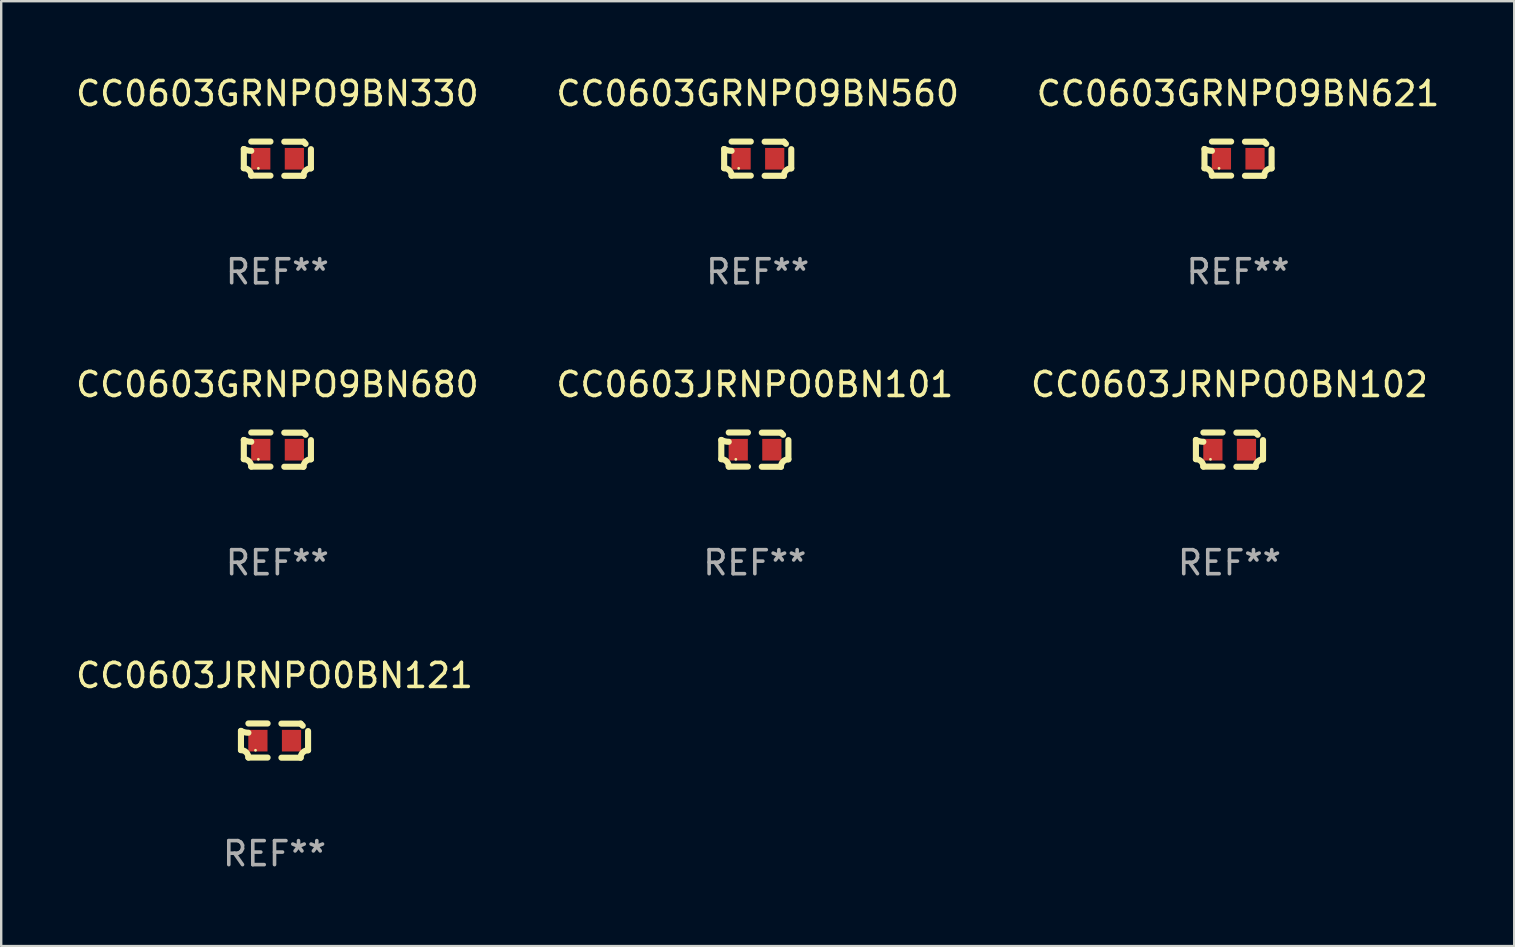
<source format=kicad_pcb>
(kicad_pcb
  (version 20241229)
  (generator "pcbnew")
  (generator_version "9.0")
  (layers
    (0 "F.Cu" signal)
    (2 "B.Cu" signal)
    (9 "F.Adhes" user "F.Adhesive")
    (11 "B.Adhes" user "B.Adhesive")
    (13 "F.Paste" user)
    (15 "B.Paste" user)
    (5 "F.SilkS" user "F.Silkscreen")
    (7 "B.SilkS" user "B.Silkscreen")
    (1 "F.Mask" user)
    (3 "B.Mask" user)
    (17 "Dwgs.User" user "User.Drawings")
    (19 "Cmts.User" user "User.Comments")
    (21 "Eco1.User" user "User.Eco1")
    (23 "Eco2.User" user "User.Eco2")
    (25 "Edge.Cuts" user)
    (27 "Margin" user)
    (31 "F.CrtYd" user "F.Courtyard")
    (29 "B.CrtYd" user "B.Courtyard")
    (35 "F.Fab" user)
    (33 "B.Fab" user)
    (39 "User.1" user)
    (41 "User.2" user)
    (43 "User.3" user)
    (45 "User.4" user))
  (footprint "CC0603GRNPO9BN680"
    (layer "F.Cu")
    (at 8.506 15.683)
    (property "Reference" "CC0603GRNPO9BN680" (at 0 -2.713 0) (layer "F.SilkS") (effects (font (size 1 1) (thickness 0.15))))
    (attr through_hole)
    (fp_line (start -1.398 -0.403) (end -1.398 0.397) (stroke (width 0.254) (type solid)) (layer "F.SilkS"))
    (fp_line (start -0.288 -0.713) (end -1.088 -0.713) (stroke (width 0.254) (type solid)) (layer "F.SilkS"))
    (fp_line (start -0.288 0.707) (end -1.088 0.707) (stroke (width 0.254) (type solid)) (layer "F.SilkS"))
    (fp_line (start 0.288 -0.707) (end 1.088 -0.707) (stroke (width 0.254) (type solid)) (layer "F.SilkS"))
    (fp_line (start 0.288 0.713) (end 1.088 0.713) (stroke (width 0.254) (type solid)) (layer "F.SilkS"))
    (fp_line (start 1.398 -0.397) (end 1.398 0.403) (stroke (width 0.254) (type solid)) (layer "F.SilkS"))
    (fp_arc (start -1.397789 0.397066) (mid -1.178701 0.487826) (end -1.08796 0.706922) (stroke (width 0.254001) (type solid)) (layer "F.SilkS"))
    (fp_arc (start -1.08796 -0.327176) (mid -1.247436 -0.346384) (end -1.39779 -0.402908) (stroke (width 0.254001) (type solid)) (layer "F.SilkS"))
    (fp_arc (start 1.087909 0.712738) (mid 1.178656 0.493655) (end 1.397739 0.402908) (stroke (width 0.254001) (type solid)) (layer "F.SilkS"))
    (fp_arc (start 1.175925 -0.618926) (mid 1.131917 -0.662923) (end 1.08791 -0.706922) (stroke (width 0.254001) (type solid)) (layer "F.SilkS"))
    (fp_circle (center -0.792 0.403) (end -0.762 0.403) (stroke (width 0.06) (type solid)) (fill no) (layer "F.SilkS"))
    (fp_text user "REF**" (at 0 4.713 0) (layer "F.Fab") (effects (font (size 1 1) (thickness 0.15))))
    (pad "1" smd rect (at -0.692 0.003) (size 0.8 0.9) (layers "F.Cu" "F.Mask" "F.Paste"))
    (pad "2" smd rect (at 0.708 0.003) (size 0.8 0.9) (layers "F.Cu" "F.Mask" "F.Paste")))
  (footprint "CC0603GRNPO9BN330"
    (layer "F.Cu")
    (at 8.506 3.561)
    (property "Reference" "CC0603GRNPO9BN330" (at 0 -2.713 0) (layer "F.SilkS") (effects (font (size 1 1) (thickness 0.15))))
    (attr through_hole)
    (fp_line (start -1.398 -0.403) (end -1.398 0.397) (stroke (width 0.254) (type solid)) (layer "F.SilkS"))
    (fp_line (start -0.288 -0.713) (end -1.088 -0.713) (stroke (width 0.254) (type solid)) (layer "F.SilkS"))
    (fp_line (start -0.288 0.707) (end -1.088 0.707) (stroke (width 0.254) (type solid)) (layer "F.SilkS"))
    (fp_line (start 0.288 -0.707) (end 1.088 -0.707) (stroke (width 0.254) (type solid)) (layer "F.SilkS"))
    (fp_line (start 0.288 0.713) (end 1.088 0.713) (stroke (width 0.254) (type solid)) (layer "F.SilkS"))
    (fp_line (start 1.398 -0.397) (end 1.398 0.403) (stroke (width 0.254) (type solid)) (layer "F.SilkS"))
    (fp_arc (start -1.397789 0.397066) (mid -1.178701 0.487826) (end -1.08796 0.706922) (stroke (width 0.254001) (type solid)) (layer "F.SilkS"))
    (fp_arc (start -1.08796 -0.327176) (mid -1.247436 -0.346384) (end -1.39779 -0.402908) (stroke (width 0.254001) (type solid)) (layer "F.SilkS"))
    (fp_arc (start 1.087909 0.712738) (mid 1.178656 0.493655) (end 1.397739 0.402908) (stroke (width 0.254001) (type solid)) (layer "F.SilkS"))
    (fp_arc (start 1.175925 -0.618926) (mid 1.131917 -0.662923) (end 1.08791 -0.706922) (stroke (width 0.254001) (type solid)) (layer "F.SilkS"))
    (fp_circle (center -0.792 0.403) (end -0.762 0.403) (stroke (width 0.06) (type solid)) (fill no) (layer "F.SilkS"))
    (fp_text user "REF**" (at 0 4.713 0) (layer "F.Fab") (effects (font (size 1 1) (thickness 0.15))))
    (pad "1" smd rect (at -0.692 0.003) (size 0.8 0.9) (layers "F.Cu" "F.Mask" "F.Paste"))
    (pad "2" smd rect (at 0.708 0.003) (size 0.8 0.9) (layers "F.Cu" "F.Mask" "F.Paste")))
  (footprint "CC0603GRNPO9BN560"
    (layer "F.Cu")
    (at 28.518 3.561)
    (property "Reference" "CC0603GRNPO9BN560" (at 0 -2.713 0) (layer "F.SilkS") (effects (font (size 1 1) (thickness 0.15))))
    (attr through_hole)
    (fp_line (start -1.398 -0.403) (end -1.398 0.397) (stroke (width 0.254) (type solid)) (layer "F.SilkS"))
    (fp_line (start -0.288 -0.713) (end -1.088 -0.713) (stroke (width 0.254) (type solid)) (layer "F.SilkS"))
    (fp_line (start -0.288 0.707) (end -1.088 0.707) (stroke (width 0.254) (type solid)) (layer "F.SilkS"))
    (fp_line (start 0.288 -0.707) (end 1.088 -0.707) (stroke (width 0.254) (type solid)) (layer "F.SilkS"))
    (fp_line (start 0.288 0.713) (end 1.088 0.713) (stroke (width 0.254) (type solid)) (layer "F.SilkS"))
    (fp_line (start 1.398 -0.397) (end 1.398 0.403) (stroke (width 0.254) (type solid)) (layer "F.SilkS"))
    (fp_arc (start -1.397789 0.397066) (mid -1.178701 0.487826) (end -1.08796 0.706922) (stroke (width 0.254001) (type solid)) (layer "F.SilkS"))
    (fp_arc (start -1.08796 -0.327176) (mid -1.247436 -0.346384) (end -1.39779 -0.402908) (stroke (width 0.254001) (type solid)) (layer "F.SilkS"))
    (fp_arc (start 1.087909 0.712738) (mid 1.178656 0.493655) (end 1.397739 0.402908) (stroke (width 0.254001) (type solid)) (layer "F.SilkS"))
    (fp_arc (start 1.175925 -0.618926) (mid 1.131917 -0.662923) (end 1.08791 -0.706922) (stroke (width 0.254001) (type solid)) (layer "F.SilkS"))
    (fp_circle (center -0.792 0.403) (end -0.762 0.403) (stroke (width 0.06) (type solid)) (fill no) (layer "F.SilkS"))
    (fp_text user "REF**" (at 0 4.713 0) (layer "F.Fab") (effects (font (size 1 1) (thickness 0.15))))
    (pad "1" smd rect (at -0.692 0.003) (size 0.8 0.9) (layers "F.Cu" "F.Mask" "F.Paste"))
    (pad "2" smd rect (at 0.708 0.003) (size 0.8 0.9) (layers "F.Cu" "F.Mask" "F.Paste")))
  (footprint "CC0603JRNPO0BN121"
    (layer "F.Cu")
    (at 8.387 27.805)
    (property "Reference" "CC0603JRNPO0BN121" (at 0 -2.713 0) (layer "F.SilkS") (effects (font (size 1 1) (thickness 0.15))))
    (attr through_hole)
    (fp_line (start -1.398 -0.403) (end -1.398 0.397) (stroke (width 0.254) (type solid)) (layer "F.SilkS"))
    (fp_line (start -0.288 -0.713) (end -1.088 -0.713) (stroke (width 0.254) (type solid)) (layer "F.SilkS"))
    (fp_line (start -0.288 0.707) (end -1.088 0.707) (stroke (width 0.254) (type solid)) (layer "F.SilkS"))
    (fp_line (start 0.288 -0.707) (end 1.088 -0.707) (stroke (width 0.254) (type solid)) (layer "F.SilkS"))
    (fp_line (start 0.288 0.713) (end 1.088 0.713) (stroke (width 0.254) (type solid)) (layer "F.SilkS"))
    (fp_line (start 1.398 -0.397) (end 1.398 0.403) (stroke (width 0.254) (type solid)) (layer "F.SilkS"))
    (fp_arc (start -1.397789 0.397066) (mid -1.178701 0.487826) (end -1.08796 0.706922) (stroke (width 0.254001) (type solid)) (layer "F.SilkS"))
    (fp_arc (start -1.08796 -0.327176) (mid -1.247436 -0.346384) (end -1.39779 -0.402908) (stroke (width 0.254001) (type solid)) (layer "F.SilkS"))
    (fp_arc (start 1.087909 0.712738) (mid 1.178656 0.493655) (end 1.397739 0.402908) (stroke (width 0.254001) (type solid)) (layer "F.SilkS"))
    (fp_arc (start 1.175925 -0.618926) (mid 1.131917 -0.662923) (end 1.08791 -0.706922) (stroke (width 0.254001) (type solid)) (layer "F.SilkS"))
    (fp_circle (center -0.792 0.403) (end -0.762 0.403) (stroke (width 0.06) (type solid)) (fill no) (layer "F.SilkS"))
    (fp_text user "REF**" (at 0 4.713 0) (layer "F.Fab") (effects (font (size 1 1) (thickness 0.15))))
    (pad "1" smd rect (at -0.692 0.003) (size 0.8 0.9) (layers "F.Cu" "F.Mask" "F.Paste"))
    (pad "2" smd rect (at 0.708 0.003) (size 0.8 0.9) (layers "F.Cu" "F.Mask" "F.Paste")))
  (footprint "CC0603JRNPO0BN101"
    (layer "F.Cu")
    (at 28.399 15.683)
    (property "Reference" "CC0603JRNPO0BN101" (at 0 -2.713 0) (layer "F.SilkS") (effects (font (size 1 1) (thickness 0.15))))
    (attr through_hole)
    (fp_line (start -1.398 -0.403) (end -1.398 0.397) (stroke (width 0.254) (type solid)) (layer "F.SilkS"))
    (fp_line (start -0.288 -0.713) (end -1.088 -0.713) (stroke (width 0.254) (type solid)) (layer "F.SilkS"))
    (fp_line (start -0.288 0.707) (end -1.088 0.707) (stroke (width 0.254) (type solid)) (layer "F.SilkS"))
    (fp_line (start 0.288 -0.707) (end 1.088 -0.707) (stroke (width 0.254) (type solid)) (layer "F.SilkS"))
    (fp_line (start 0.288 0.713) (end 1.088 0.713) (stroke (width 0.254) (type solid)) (layer "F.SilkS"))
    (fp_line (start 1.398 -0.397) (end 1.398 0.403) (stroke (width 0.254) (type solid)) (layer "F.SilkS"))
    (fp_arc (start -1.397789 0.397066) (mid -1.178701 0.487826) (end -1.08796 0.706922) (stroke (width 0.254001) (type solid)) (layer "F.SilkS"))
    (fp_arc (start -1.08796 -0.327176) (mid -1.247436 -0.346384) (end -1.39779 -0.402908) (stroke (width 0.254001) (type solid)) (layer "F.SilkS"))
    (fp_arc (start 1.087909 0.712738) (mid 1.178656 0.493655) (end 1.397739 0.402908) (stroke (width 0.254001) (type solid)) (layer "F.SilkS"))
    (fp_arc (start 1.175925 -0.618926) (mid 1.131917 -0.662923) (end 1.08791 -0.706922) (stroke (width 0.254001) (type solid)) (layer "F.SilkS"))
    (fp_circle (center -0.792 0.403) (end -0.762 0.403) (stroke (width 0.06) (type solid)) (fill no) (layer "F.SilkS"))
    (fp_text user "REF**" (at 0 4.713 0) (layer "F.Fab") (effects (font (size 1 1) (thickness 0.15))))
    (pad "1" smd rect (at -0.692 0.003) (size 0.8 0.9) (layers "F.Cu" "F.Mask" "F.Paste"))
    (pad "2" smd rect (at 0.708 0.003) (size 0.8 0.9) (layers "F.Cu" "F.Mask" "F.Paste")))
  (footprint "CC0603GRNPO9BN621"
    (layer "F.Cu")
    (at 48.53 3.561)
    (property "Reference" "CC0603GRNPO9BN621" (at 0 -2.713 0) (layer "F.SilkS") (effects (font (size 1 1) (thickness 0.15))))
    (attr through_hole)
    (fp_line (start -1.398 -0.403) (end -1.398 0.397) (stroke (width 0.254) (type solid)) (layer "F.SilkS"))
    (fp_line (start -0.288 -0.713) (end -1.088 -0.713) (stroke (width 0.254) (type solid)) (layer "F.SilkS"))
    (fp_line (start -0.288 0.707) (end -1.088 0.707) (stroke (width 0.254) (type solid)) (layer "F.SilkS"))
    (fp_line (start 0.288 -0.707) (end 1.088 -0.707) (stroke (width 0.254) (type solid)) (layer "F.SilkS"))
    (fp_line (start 0.288 0.713) (end 1.088 0.713) (stroke (width 0.254) (type solid)) (layer "F.SilkS"))
    (fp_line (start 1.398 -0.397) (end 1.398 0.403) (stroke (width 0.254) (type solid)) (layer "F.SilkS"))
    (fp_arc (start -1.397789 0.397066) (mid -1.178701 0.487826) (end -1.08796 0.706922) (stroke (width 0.254001) (type solid)) (layer "F.SilkS"))
    (fp_arc (start -1.08796 -0.327176) (mid -1.247436 -0.346384) (end -1.39779 -0.402908) (stroke (width 0.254001) (type solid)) (layer "F.SilkS"))
    (fp_arc (start 1.087909 0.712738) (mid 1.178656 0.493655) (end 1.397739 0.402908) (stroke (width 0.254001) (type solid)) (layer "F.SilkS"))
    (fp_arc (start 1.175925 -0.618926) (mid 1.131917 -0.662923) (end 1.08791 -0.706922) (stroke (width 0.254001) (type solid)) (layer "F.SilkS"))
    (fp_circle (center -0.792 0.403) (end -0.762 0.403) (stroke (width 0.06) (type solid)) (fill no) (layer "F.SilkS"))
    (fp_text user "REF**" (at 0 4.713 0) (layer "F.Fab") (effects (font (size 1 1) (thickness 0.15))))
    (pad "1" smd rect (at -0.692 0.003) (size 0.8 0.9) (layers "F.Cu" "F.Mask" "F.Paste"))
    (pad "2" smd rect (at 0.708 0.003) (size 0.8 0.9) (layers "F.Cu" "F.Mask" "F.Paste")))
  (footprint "CC0603JRNPO0BN102"
    (layer "F.Cu")
    (at 48.173 15.683)
    (property "Reference" "CC0603JRNPO0BN102" (at 0 -2.713 0) (layer "F.SilkS") (effects (font (size 1 1) (thickness 0.15))))
    (attr through_hole)
    (fp_line (start -1.398 -0.403) (end -1.398 0.397) (stroke (width 0.254) (type solid)) (layer "F.SilkS"))
    (fp_line (start -0.288 -0.713) (end -1.088 -0.713) (stroke (width 0.254) (type solid)) (layer "F.SilkS"))
    (fp_line (start -0.288 0.707) (end -1.088 0.707) (stroke (width 0.254) (type solid)) (layer "F.SilkS"))
    (fp_line (start 0.288 -0.707) (end 1.088 -0.707) (stroke (width 0.254) (type solid)) (layer "F.SilkS"))
    (fp_line (start 0.288 0.713) (end 1.088 0.713) (stroke (width 0.254) (type solid)) (layer "F.SilkS"))
    (fp_line (start 1.398 -0.397) (end 1.398 0.403) (stroke (width 0.254) (type solid)) (layer "F.SilkS"))
    (fp_arc (start -1.397789 0.397066) (mid -1.178701 0.487826) (end -1.08796 0.706922) (stroke (width 0.254001) (type solid)) (layer "F.SilkS"))
    (fp_arc (start -1.08796 -0.327176) (mid -1.247436 -0.346384) (end -1.39779 -0.402908) (stroke (width 0.254001) (type solid)) (layer "F.SilkS"))
    (fp_arc (start 1.087909 0.712738) (mid 1.178656 0.493655) (end 1.397739 0.402908) (stroke (width 0.254001) (type solid)) (layer "F.SilkS"))
    (fp_arc (start 1.175925 -0.618926) (mid 1.131917 -0.662923) (end 1.08791 -0.706922) (stroke (width 0.254001) (type solid)) (layer "F.SilkS"))
    (fp_circle (center -0.792 0.403) (end -0.762 0.403) (stroke (width 0.06) (type solid)) (fill no) (layer "F.SilkS"))
    (fp_text user "REF**" (at 0 4.713 0) (layer "F.Fab") (effects (font (size 1 1) (thickness 0.15))))
    (pad "1" smd rect (at -0.692 0.003) (size 0.8 0.9) (layers "F.Cu" "F.Mask" "F.Paste"))
    (pad "2" smd rect (at 0.708 0.003) (size 0.8 0.9) (layers "F.Cu" "F.Mask" "F.Paste")))
  (gr_rect
    (start -3 -3)
    (end 60.036 36.366)
    (stroke (width 0.1) (type default))
    (fill no)
    (layer "Edge.Cuts")))
</source>
